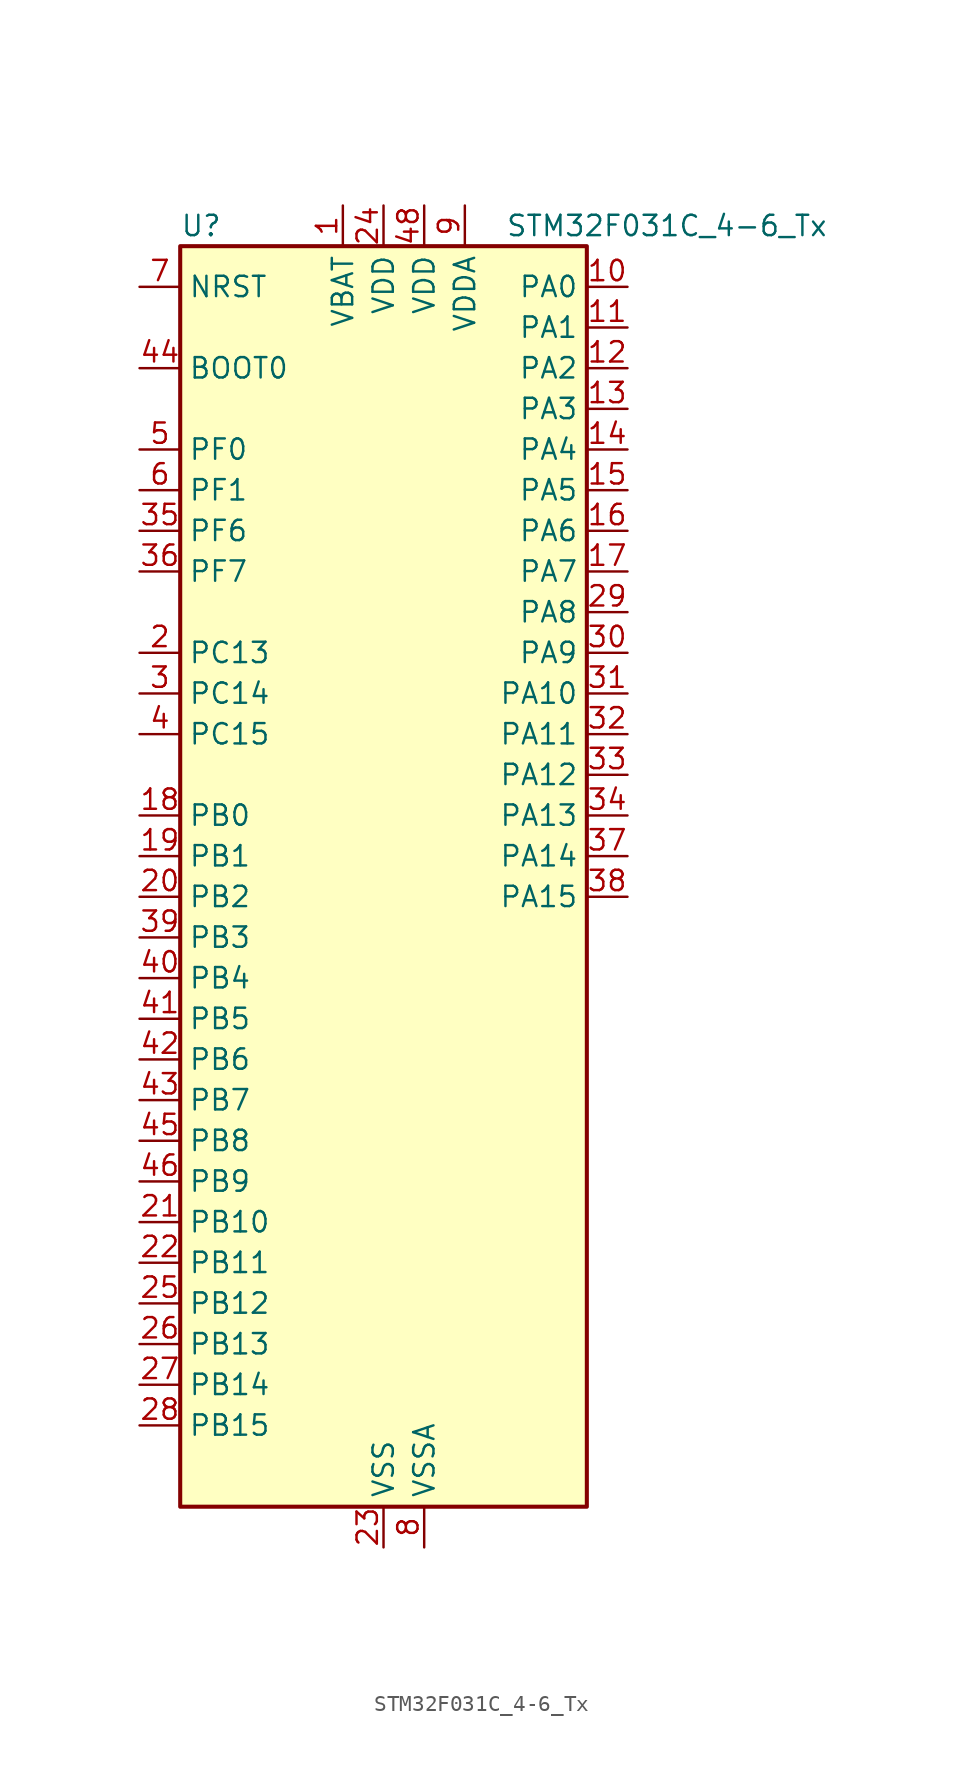
<source format=kicad_sym>
(kicad_symbol_lib
  (version 20220914)
  (generator kicad_symbol_editor)
  (symbol "STM32F031C_4-6_Tx"
    (property "Reference" "U"
      (at -12.7 41.91 0)
      (effects (font (size 1.27 1.27)) (justify left)))
    (property "Value" "STM32F031C_4-6_Tx"
      (at 7.62 41.91 0)
      (effects (font (size 1.27 1.27)) (justify left)))
    (property "ki_locked" ""
      (at 0 0 0)
      (effects (font (size 1.27 1.27))))
    (symbol "STM32F031C_4-6_Tx_0_1"
      (rectangle (start -12.7 -38.1) (end 12.7 40.64) (stroke (width 0.254) (type default)) (fill (type background))))
    (symbol "STM32F031C_4-6_Tx_1_1"
      (pin power_in line (at -2.54 43.18 270) (length 2.54) (name "VBAT" (effects (font (size 1.27 1.27)))) (number "1" (effects (font (size 1.27 1.27)))))
      (pin bidirectional line (at 15.24 38.1 180) (length 2.54) (name "PA0" (effects (font (size 1.27 1.27)))) (number "10" (effects (font (size 1.27 1.27)))) (alternate "ADC_IN0" bidirectional line) (alternate "RTC_TAMP2" bidirectional line) (alternate "SYS_WKUP1" bidirectional line) (alternate "TIM2_CH1" bidirectional line) (alternate "TIM2_ETR" bidirectional line) (alternate "USART1_CTS" bidirectional line))
      (pin bidirectional line (at 15.24 35.56 180) (length 2.54) (name "PA1" (effects (font (size 1.27 1.27)))) (number "11" (effects (font (size 1.27 1.27)))) (alternate "ADC_IN1" bidirectional line) (alternate "TIM2_CH2" bidirectional line) (alternate "USART1_DE" bidirectional line) (alternate "USART1_RTS" bidirectional line))
      (pin bidirectional line (at 15.24 33.02 180) (length 2.54) (name "PA2" (effects (font (size 1.27 1.27)))) (number "12" (effects (font (size 1.27 1.27)))) (alternate "ADC_IN2" bidirectional line) (alternate "TIM2_CH3" bidirectional line) (alternate "USART1_TX" bidirectional line))
      (pin bidirectional line (at 15.24 30.48 180) (length 2.54) (name "PA3" (effects (font (size 1.27 1.27)))) (number "13" (effects (font (size 1.27 1.27)))) (alternate "ADC_IN3" bidirectional line) (alternate "TIM2_CH4" bidirectional line) (alternate "USART1_RX" bidirectional line))
      (pin bidirectional line (at 15.24 27.94 180) (length 2.54) (name "PA4" (effects (font (size 1.27 1.27)))) (number "14" (effects (font (size 1.27 1.27)))) (alternate "ADC_IN4" bidirectional line) (alternate "I2S1_WS" bidirectional line) (alternate "SPI1_NSS" bidirectional line) (alternate "TIM14_CH1" bidirectional line) (alternate "USART1_CK" bidirectional line))
      (pin bidirectional line (at 15.24 25.4 180) (length 2.54) (name "PA5" (effects (font (size 1.27 1.27)))) (number "15" (effects (font (size 1.27 1.27)))) (alternate "ADC_IN5" bidirectional line) (alternate "I2S1_CK" bidirectional line) (alternate "SPI1_SCK" bidirectional line) (alternate "TIM2_CH1" bidirectional line) (alternate "TIM2_ETR" bidirectional line))
      (pin bidirectional line (at 15.24 22.86 180) (length 2.54) (name "PA6" (effects (font (size 1.27 1.27)))) (number "16" (effects (font (size 1.27 1.27)))) (alternate "ADC_IN6" bidirectional line) (alternate "I2S1_MCK" bidirectional line) (alternate "SPI1_MISO" bidirectional line) (alternate "TIM16_CH1" bidirectional line) (alternate "TIM1_BKIN" bidirectional line) (alternate "TIM3_CH1" bidirectional line))
      (pin bidirectional line (at 15.24 20.32 180) (length 2.54) (name "PA7" (effects (font (size 1.27 1.27)))) (number "17" (effects (font (size 1.27 1.27)))) (alternate "ADC_IN7" bidirectional line) (alternate "I2S1_SD" bidirectional line) (alternate "SPI1_MOSI" bidirectional line) (alternate "TIM14_CH1" bidirectional line) (alternate "TIM17_CH1" bidirectional line) (alternate "TIM1_CH1N" bidirectional line) (alternate "TIM3_CH2" bidirectional line))
      (pin bidirectional line (at -15.24 5.08 0) (length 2.54) (name "PB0" (effects (font (size 1.27 1.27)))) (number "18" (effects (font (size 1.27 1.27)))) (alternate "ADC_IN8" bidirectional line) (alternate "TIM1_CH2N" bidirectional line) (alternate "TIM3_CH3" bidirectional line))
      (pin bidirectional line (at -15.24 2.54 0) (length 2.54) (name "PB1" (effects (font (size 1.27 1.27)))) (number "19" (effects (font (size 1.27 1.27)))) (alternate "ADC_IN9" bidirectional line) (alternate "TIM14_CH1" bidirectional line) (alternate "TIM1_CH3N" bidirectional line) (alternate "TIM3_CH4" bidirectional line))
      (pin bidirectional line (at -15.24 15.24 0) (length 2.54) (name "PC13" (effects (font (size 1.27 1.27)))) (number "2" (effects (font (size 1.27 1.27)))) (alternate "RTC_OUT_ALARM" bidirectional line) (alternate "RTC_OUT_CALIB" bidirectional line) (alternate "RTC_TAMP1" bidirectional line) (alternate "RTC_TS" bidirectional line) (alternate "SYS_WKUP2" bidirectional line))
      (pin bidirectional line (at -15.24 0 0) (length 2.54) (name "PB2" (effects (font (size 1.27 1.27)))) (number "20" (effects (font (size 1.27 1.27)))))
      (pin bidirectional line (at -15.24 -20.32 0) (length 2.54) (name "PB10" (effects (font (size 1.27 1.27)))) (number "21" (effects (font (size 1.27 1.27)))) (alternate "I2C1_SCL" bidirectional line) (alternate "TIM2_CH3" bidirectional line))
      (pin bidirectional line (at -15.24 -22.86 0) (length 2.54) (name "PB11" (effects (font (size 1.27 1.27)))) (number "22" (effects (font (size 1.27 1.27)))) (alternate "I2C1_SDA" bidirectional line) (alternate "TIM2_CH4" bidirectional line))
      (pin power_in line (at 0 -40.64 90) (length 2.54) (name "VSS" (effects (font (size 1.27 1.27)))) (number "23" (effects (font (size 1.27 1.27)))))
      (pin power_in line (at 0 43.18 270) (length 2.54) (name "VDD" (effects (font (size 1.27 1.27)))) (number "24" (effects (font (size 1.27 1.27)))))
      (pin bidirectional line (at -15.24 -25.4 0) (length 2.54) (name "PB12" (effects (font (size 1.27 1.27)))) (number "25" (effects (font (size 1.27 1.27)))) (alternate "SPI1_NSS" bidirectional line) (alternate "TIM1_BKIN" bidirectional line))
      (pin bidirectional line (at -15.24 -27.94 0) (length 2.54) (name "PB13" (effects (font (size 1.27 1.27)))) (number "26" (effects (font (size 1.27 1.27)))) (alternate "SPI1_SCK" bidirectional line) (alternate "TIM1_CH1N" bidirectional line))
      (pin bidirectional line (at -15.24 -30.48 0) (length 2.54) (name "PB14" (effects (font (size 1.27 1.27)))) (number "27" (effects (font (size 1.27 1.27)))) (alternate "SPI1_MISO" bidirectional line) (alternate "TIM1_CH2N" bidirectional line))
      (pin bidirectional line (at -15.24 -33.02 0) (length 2.54) (name "PB15" (effects (font (size 1.27 1.27)))) (number "28" (effects (font (size 1.27 1.27)))) (alternate "RTC_REFIN" bidirectional line) (alternate "SPI1_MOSI" bidirectional line) (alternate "TIM1_CH3N" bidirectional line))
      (pin bidirectional line (at 15.24 17.78 180) (length 2.54) (name "PA8" (effects (font (size 1.27 1.27)))) (number "29" (effects (font (size 1.27 1.27)))) (alternate "RCC_MCO" bidirectional line) (alternate "TIM1_CH1" bidirectional line) (alternate "USART1_CK" bidirectional line))
      (pin bidirectional line (at -15.24 12.7 0) (length 2.54) (name "PC14" (effects (font (size 1.27 1.27)))) (number "3" (effects (font (size 1.27 1.27)))) (alternate "RCC_OSC32_IN" bidirectional line))
      (pin bidirectional line (at 15.24 15.24 180) (length 2.54) (name "PA9" (effects (font (size 1.27 1.27)))) (number "30" (effects (font (size 1.27 1.27)))) (alternate "I2C1_SCL" bidirectional line) (alternate "TIM1_CH2" bidirectional line) (alternate "USART1_TX" bidirectional line))
      (pin bidirectional line (at 15.24 12.7 180) (length 2.54) (name "PA10" (effects (font (size 1.27 1.27)))) (number "31" (effects (font (size 1.27 1.27)))) (alternate "I2C1_SDA" bidirectional line) (alternate "TIM17_BKIN" bidirectional line) (alternate "TIM1_CH3" bidirectional line) (alternate "USART1_RX" bidirectional line))
      (pin bidirectional line (at 15.24 10.16 180) (length 2.54) (name "PA11" (effects (font (size 1.27 1.27)))) (number "32" (effects (font (size 1.27 1.27)))) (alternate "TIM1_CH4" bidirectional line) (alternate "USART1_CTS" bidirectional line))
      (pin bidirectional line (at 15.24 7.62 180) (length 2.54) (name "PA12" (effects (font (size 1.27 1.27)))) (number "33" (effects (font (size 1.27 1.27)))) (alternate "TIM1_ETR" bidirectional line) (alternate "USART1_DE" bidirectional line) (alternate "USART1_RTS" bidirectional line))
      (pin bidirectional line (at 15.24 5.08 180) (length 2.54) (name "PA13" (effects (font (size 1.27 1.27)))) (number "34" (effects (font (size 1.27 1.27)))) (alternate "IR_OUT" bidirectional line) (alternate "SYS_SWDIO" bidirectional line))
      (pin bidirectional line (at -15.24 22.86 0) (length 2.54) (name "PF6" (effects (font (size 1.27 1.27)))) (number "35" (effects (font (size 1.27 1.27)))) (alternate "I2C1_SCL" bidirectional line))
      (pin bidirectional line (at -15.24 20.32 0) (length 2.54) (name "PF7" (effects (font (size 1.27 1.27)))) (number "36" (effects (font (size 1.27 1.27)))) (alternate "I2C1_SDA" bidirectional line))
      (pin bidirectional line (at 15.24 2.54 180) (length 2.54) (name "PA14" (effects (font (size 1.27 1.27)))) (number "37" (effects (font (size 1.27 1.27)))) (alternate "SYS_SWCLK" bidirectional line) (alternate "USART1_TX" bidirectional line))
      (pin bidirectional line (at 15.24 0 180) (length 2.54) (name "PA15" (effects (font (size 1.27 1.27)))) (number "38" (effects (font (size 1.27 1.27)))) (alternate "I2S1_WS" bidirectional line) (alternate "SPI1_NSS" bidirectional line) (alternate "TIM2_CH1" bidirectional line) (alternate "TIM2_ETR" bidirectional line) (alternate "USART1_RX" bidirectional line))
      (pin bidirectional line (at -15.24 -2.54 0) (length 2.54) (name "PB3" (effects (font (size 1.27 1.27)))) (number "39" (effects (font (size 1.27 1.27)))) (alternate "I2S1_CK" bidirectional line) (alternate "SPI1_SCK" bidirectional line) (alternate "TIM2_CH2" bidirectional line))
      (pin bidirectional line (at -15.24 10.16 0) (length 2.54) (name "PC15" (effects (font (size 1.27 1.27)))) (number "4" (effects (font (size 1.27 1.27)))) (alternate "RCC_OSC32_OUT" bidirectional line))
      (pin bidirectional line (at -15.24 -5.08 0) (length 2.54) (name "PB4" (effects (font (size 1.27 1.27)))) (number "40" (effects (font (size 1.27 1.27)))) (alternate "I2S1_MCK" bidirectional line) (alternate "SPI1_MISO" bidirectional line) (alternate "TIM3_CH1" bidirectional line))
      (pin bidirectional line (at -15.24 -7.62 0) (length 2.54) (name "PB5" (effects (font (size 1.27 1.27)))) (number "41" (effects (font (size 1.27 1.27)))) (alternate "I2C1_SMBA" bidirectional line) (alternate "I2S1_SD" bidirectional line) (alternate "SPI1_MOSI" bidirectional line) (alternate "TIM16_BKIN" bidirectional line) (alternate "TIM3_CH2" bidirectional line))
      (pin bidirectional line (at -15.24 -10.16 0) (length 2.54) (name "PB6" (effects (font (size 1.27 1.27)))) (number "42" (effects (font (size 1.27 1.27)))) (alternate "I2C1_SCL" bidirectional line) (alternate "TIM16_CH1N" bidirectional line) (alternate "USART1_TX" bidirectional line))
      (pin bidirectional line (at -15.24 -12.7 0) (length 2.54) (name "PB7" (effects (font (size 1.27 1.27)))) (number "43" (effects (font (size 1.27 1.27)))) (alternate "I2C1_SDA" bidirectional line) (alternate "TIM17_CH1N" bidirectional line) (alternate "USART1_RX" bidirectional line))
      (pin input line (at -15.24 33.02 0) (length 2.54) (name "BOOT0" (effects (font (size 1.27 1.27)))) (number "44" (effects (font (size 1.27 1.27)))))
      (pin bidirectional line (at -15.24 -15.24 0) (length 2.54) (name "PB8" (effects (font (size 1.27 1.27)))) (number "45" (effects (font (size 1.27 1.27)))) (alternate "I2C1_SCL" bidirectional line) (alternate "TIM16_CH1" bidirectional line))
      (pin bidirectional line (at -15.24 -17.78 0) (length 2.54) (name "PB9" (effects (font (size 1.27 1.27)))) (number "46" (effects (font (size 1.27 1.27)))) (alternate "I2C1_SDA" bidirectional line) (alternate "IR_OUT" bidirectional line) (alternate "TIM17_CH1" bidirectional line))
      (pin passive line (at 0 -40.64 90) (length 2.54) hide (name "VSS" (effects (font (size 1.27 1.27)))) (number "47" (effects (font (size 1.27 1.27)))))
      (pin power_in line (at 2.54 43.18 270) (length 2.54) (name "VDD" (effects (font (size 1.27 1.27)))) (number "48" (effects (font (size 1.27 1.27)))))
      (pin bidirectional line (at -15.24 27.94 0) (length 2.54) (name "PF0" (effects (font (size 1.27 1.27)))) (number "5" (effects (font (size 1.27 1.27)))) (alternate "RCC_OSC_IN" bidirectional line))
      (pin bidirectional line (at -15.24 25.4 0) (length 2.54) (name "PF1" (effects (font (size 1.27 1.27)))) (number "6" (effects (font (size 1.27 1.27)))) (alternate "RCC_OSC_OUT" bidirectional line))
      (pin input line (at -15.24 38.1 0) (length 2.54) (name "NRST" (effects (font (size 1.27 1.27)))) (number "7" (effects (font (size 1.27 1.27)))))
      (pin power_in line (at 2.54 -40.64 90) (length 2.54) (name "VSSA" (effects (font (size 1.27 1.27)))) (number "8" (effects (font (size 1.27 1.27)))))
      (pin power_in line (at 5.08 43.18 270) (length 2.54) (name "VDDA" (effects (font (size 1.27 1.27)))) (number "9" (effects (font (size 1.27 1.27))))))))
</source>
